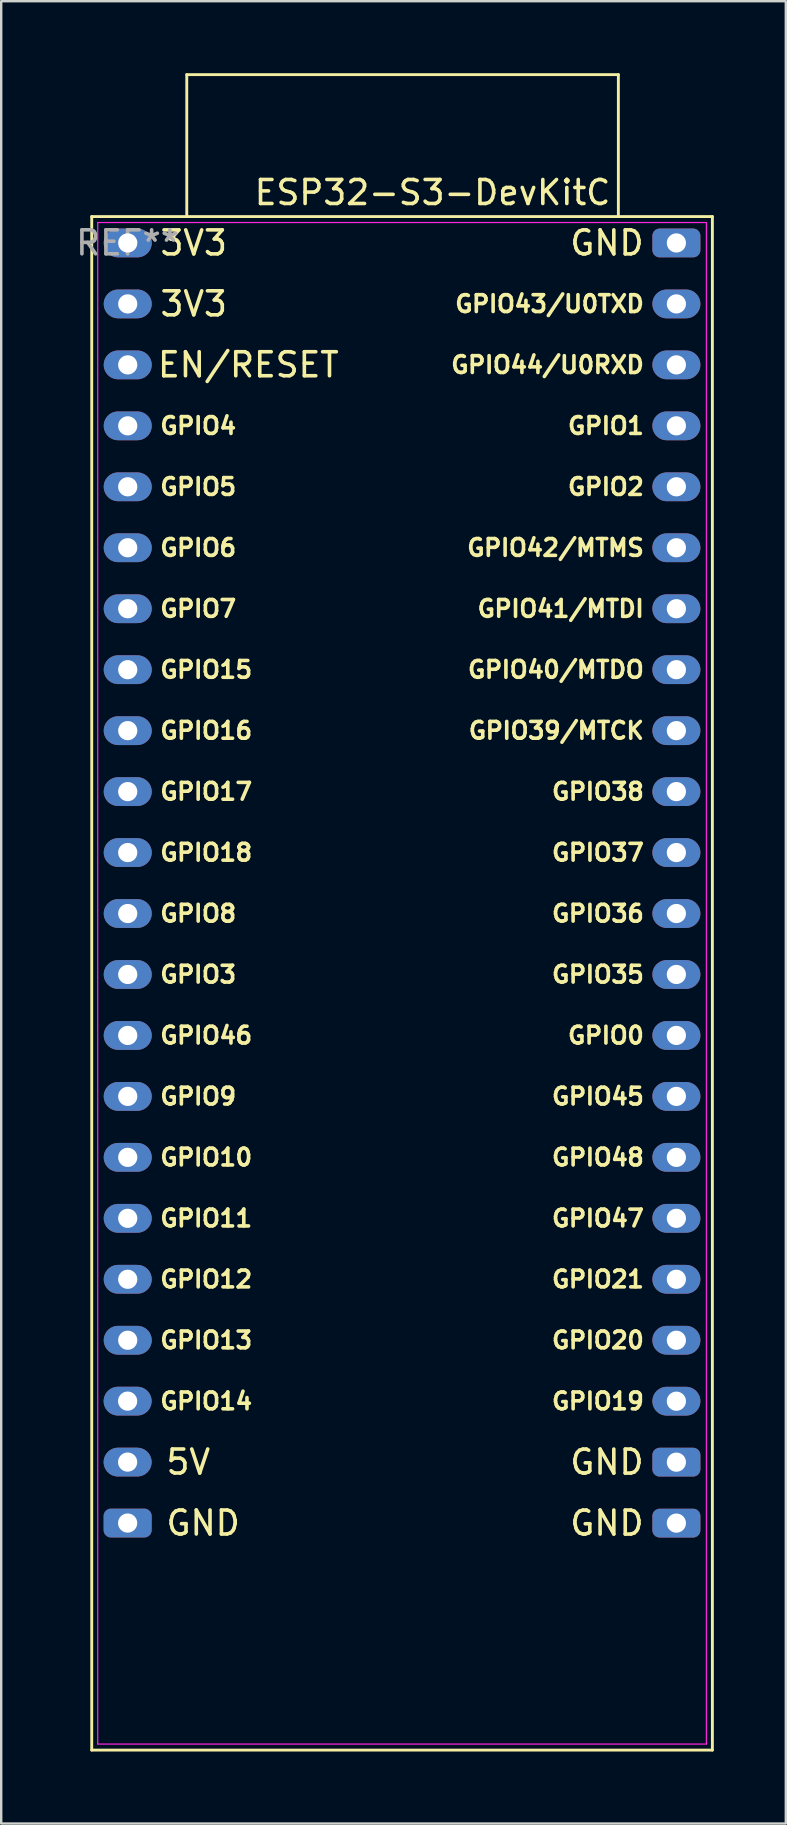
<source format=kicad_pcb>
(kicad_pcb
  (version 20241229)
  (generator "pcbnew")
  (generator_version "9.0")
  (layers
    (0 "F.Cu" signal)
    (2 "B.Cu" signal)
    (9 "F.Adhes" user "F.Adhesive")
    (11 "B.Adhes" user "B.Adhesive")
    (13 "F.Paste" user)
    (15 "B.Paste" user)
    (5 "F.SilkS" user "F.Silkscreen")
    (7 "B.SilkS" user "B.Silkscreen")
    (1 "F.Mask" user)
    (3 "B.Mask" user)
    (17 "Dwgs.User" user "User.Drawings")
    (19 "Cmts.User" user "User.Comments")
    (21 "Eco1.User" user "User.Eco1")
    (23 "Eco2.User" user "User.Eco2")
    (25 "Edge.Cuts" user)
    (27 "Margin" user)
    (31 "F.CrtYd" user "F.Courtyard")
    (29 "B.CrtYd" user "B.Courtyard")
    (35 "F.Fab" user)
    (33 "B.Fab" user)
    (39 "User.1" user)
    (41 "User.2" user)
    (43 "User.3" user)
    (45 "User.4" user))
  (footprint "ESP32-S3-DevKitC"
    (layer "F.Cu")
    (at 2.268 7.07)
    (property "Reference" "ESP32-S3-DevKitC" (at 12.704 -2.097 0) (layer "F.SilkS") (effects (font (size 1 1) (thickness 0.15))))
    (attr through_hole)
    (fp_line (start -1.496 62.8) (end 24.364 62.8) (stroke (width 0.12) (type solid)) (layer "F.SilkS"))
    (fp_line (start -1.496 -1.097) (end -1.496 62.8) (stroke (width 0.12) (type solid)) (layer "F.SilkS"))
    (fp_line (start 2.464 -7.01) (end 20.447 -7.01) (stroke (width 0.12) (type solid)) (layer "F.SilkS"))
    (fp_line (start 2.464 -1.118) (end 2.464 -7.01) (stroke (width 0.12) (type solid)) (layer "F.SilkS"))
    (fp_line (start 20.447 -7.01) (end 20.447 -1.118) (stroke (width 0.12) (type solid)) (layer "F.SilkS"))
    (fp_line (start 24.364 62.8) (end 24.364 -1.097) (stroke (width 0.12) (type solid)) (layer "F.SilkS"))
    (fp_line (start 24.364 -1.097) (end -1.496 -1.097) (stroke (width 0.12) (type solid)) (layer "F.SilkS"))
    (fp_line (start -1.246 -0.847) (end 24.114 -0.847) (stroke (width 0.05) (type solid)) (layer "F.CrtYd"))
    (fp_line (start -1.246 62.55) (end -1.246 -0.847) (stroke (width 0.05) (type solid)) (layer "F.CrtYd"))
    (fp_line (start 24.114 -0.847) (end 24.114 62.55) (stroke (width 0.05) (type solid)) (layer "F.CrtYd"))
    (fp_line (start 24.114 62.55) (end -1.246 62.55) (stroke (width 0.05) (type solid)) (layer "F.CrtYd"))
    (fp_text user "GND" (at 21.594 0.003 0) (unlocked yes) (layer "F.SilkS") (effects (font (size 1 1) (thickness 0.15)) (justify right)))
    (fp_text user "GPIO9" (at 1.274 35.563 0) (unlocked yes) (layer "F.SilkS") (effects (font (size 0.7 0.7) (thickness 0.15)) (justify left)))
    (fp_text user "GPIO41/MTDI" (at 21.594 15.243 0) (unlocked yes) (layer "F.SilkS") (effects (font (size 0.7 0.7) (thickness 0.15)) (justify right)))
    (fp_text user "GPIO11" (at 1.274 40.643 0) (unlocked yes) (layer "F.SilkS") (effects (font (size 0.7 0.7) (thickness 0.15)) (justify left)))
    (fp_text user "GPIO1" (at 21.594 7.623 0) (unlocked yes) (layer "F.SilkS") (effects (font (size 0.7 0.7) (thickness 0.15)) (justify right)))
    (fp_text user "GPIO7" (at 1.274 15.243 0) (unlocked yes) (layer "F.SilkS") (effects (font (size 0.7 0.7) (thickness 0.15)) (justify left)))
    (fp_text user "GPIO21" (at 21.594 43.183 0) (unlocked yes) (layer "F.SilkS") (effects (font (size 0.7 0.7) (thickness 0.15)) (justify right)))
    (fp_text user "GPIO47" (at 21.594 40.643 0) (unlocked yes) (layer "F.SilkS") (effects (font (size 0.7 0.7) (thickness 0.15)) (justify right)))
    (fp_text user "GPIO17" (at 1.274 22.863 0) (unlocked yes) (layer "F.SilkS") (effects (font (size 0.7 0.7) (thickness 0.15)) (justify left)))
    (fp_text user "GPIO8" (at 1.274 27.943 0) (unlocked yes) (layer "F.SilkS") (effects (font (size 0.7 0.7) (thickness 0.15)) (justify left)))
    (fp_text user "GPIO12" (at 1.274 43.183 0) (unlocked yes) (layer "F.SilkS") (effects (font (size 0.7 0.7) (thickness 0.15)) (justify left)))
    (fp_text user "GND" (at 21.594 50.803 0) (unlocked yes) (layer "F.SilkS") (effects (font (size 1 1) (thickness 0.15)) (justify right)))
    (fp_text user "GPIO39/MTCK" (at 21.594 20.323 0) (unlocked yes) (layer "F.SilkS") (effects (font (size 0.7 0.7) (thickness 0.15)) (justify right)))
    (fp_text user "GPIO35" (at 21.594 30.483 0) (unlocked yes) (layer "F.SilkS") (effects (font (size 0.7 0.7) (thickness 0.15)) (justify right)))
    (fp_text user "GPIO15" (at 1.274 17.783 0) (unlocked yes) (layer "F.SilkS") (effects (font (size 0.7 0.7) (thickness 0.15)) (justify left)))
    (fp_text user "GND" (at 21.594 53.343 0) (unlocked yes) (layer "F.SilkS") (effects (font (size 1 1) (thickness 0.15)) (justify right)))
    (fp_text user "GND" (at 1.524 53.34 0) (unlocked yes) (layer "F.SilkS") (effects (font (size 1 1) (thickness 0.15)) (justify left)))
    (fp_text user "GPIO40/MTDO" (at 21.594 17.783 0) (unlocked yes) (layer "F.SilkS") (effects (font (size 0.7 0.7) (thickness 0.15)) (justify right)))
    (fp_text user "GPIO3" (at 1.274 30.483 0) (unlocked yes) (layer "F.SilkS") (effects (font (size 0.7 0.7) (thickness 0.15)) (justify left)))
    (fp_text user "GPIO48" (at 21.594 38.103 0) (unlocked yes) (layer "F.SilkS") (effects (font (size 0.7 0.7) (thickness 0.15)) (justify right)))
    (fp_text user "3V3" (at 1.274 2.543 0) (unlocked yes) (layer "F.SilkS") (effects (font (size 1 1) (thickness 0.15)) (justify left)))
    (fp_text user "5V" (at 1.524 50.8 0) (unlocked yes) (layer "F.SilkS") (effects (font (size 1 1) (thickness 0.15)) (justify left)))
    (fp_text user "GPIO44/U0RXD" (at 21.594 5.083 0) (unlocked yes) (layer "F.SilkS") (effects (font (size 0.7 0.7) (thickness 0.15)) (justify right)))
    (fp_text user "GPIO14" (at 1.274 48.263 0) (unlocked yes) (layer "F.SilkS") (effects (font (size 0.7 0.7) (thickness 0.15)) (justify left)))
    (fp_text user "GPIO19" (at 21.594 48.263 0) (unlocked yes) (layer "F.SilkS") (effects (font (size 0.7 0.7) (thickness 0.15)) (justify right)))
    (fp_text user "3V3" (at 1.274 0.003 0) (unlocked yes) (layer "F.SilkS") (effects (font (size 1 1) (thickness 0.15)) (justify left)))
    (fp_text user "GPIO46" (at 1.274 33.023 0) (unlocked yes) (layer "F.SilkS") (effects (font (size 0.7 0.7) (thickness 0.15)) (justify left)))
    (fp_text user "GPIO10" (at 1.274 38.103 0) (unlocked yes) (layer "F.SilkS") (effects (font (size 0.7 0.7) (thickness 0.15)) (justify left)))
    (fp_text user "EN/RESET" (at 8.89 5.08 0) (unlocked yes) (layer "F.SilkS") (effects (font (size 1 1) (thickness 0.15)) (justify right)))
    (fp_text user "GPIO2" (at 21.594 10.163 0) (unlocked yes) (layer "F.SilkS") (effects (font (size 0.7 0.7) (thickness 0.15)) (justify right)))
    (fp_text user "GPIO0" (at 21.594 33.023 0) (unlocked yes) (layer "F.SilkS") (effects (font (size 0.7 0.7) (thickness 0.15)) (justify right)))
    (fp_text user "GPIO16" (at 1.274 20.323 0) (unlocked yes) (layer "F.SilkS") (effects (font (size 0.7 0.7) (thickness 0.15)) (justify left)))
    (fp_text user "GPIO5" (at 1.274 10.163 0) (unlocked yes) (layer "F.SilkS") (effects (font (size 0.7 0.7) (thickness 0.15)) (justify left)))
    (fp_text user "GPIO18" (at 1.274 25.403 0) (unlocked yes) (layer "F.SilkS") (effects (font (size 0.7 0.7) (thickness 0.15)) (justify left)))
    (fp_text user "GPIO42/MTMS" (at 21.594 12.703 0) (unlocked yes) (layer "F.SilkS") (effects (font (size 0.7 0.7) (thickness 0.15)) (justify right)))
    (fp_text user "GPIO13" (at 1.274 45.723 0) (unlocked yes) (layer "F.SilkS") (effects (font (size 0.7 0.7) (thickness 0.15)) (justify left)))
    (fp_text user "GPIO37" (at 21.594 25.403 0) (unlocked yes) (layer "F.SilkS") (effects (font (size 0.7 0.7) (thickness 0.15)) (justify right)))
    (fp_text user "GPIO38" (at 21.594 22.863 0) (unlocked yes) (layer "F.SilkS") (effects (font (size 0.7 0.7) (thickness 0.15)) (justify right)))
    (fp_text user "GPIO43/U0TXD" (at 21.594 2.543 0) (unlocked yes) (layer "F.SilkS") (effects (font (size 0.7 0.7) (thickness 0.15)) (justify right)))
    (fp_text user "GPIO6" (at 1.274 12.703 0) (unlocked yes) (layer "F.SilkS") (effects (font (size 0.7 0.7) (thickness 0.15)) (justify left)))
    (fp_text user "GPIO20" (at 21.594 45.723 0) (unlocked yes) (layer "F.SilkS") (effects (font (size 0.7 0.7) (thickness 0.15)) (justify right)))
    (fp_text user "GPIO36" (at 21.594 27.943 0) (unlocked yes) (layer "F.SilkS") (effects (font (size 0.7 0.7) (thickness 0.15)) (justify right)))
    (fp_text user "GPIO45" (at 21.594 35.563 0) (unlocked yes) (layer "F.SilkS") (effects (font (size 0.7 0.7) (thickness 0.15)) (justify right)))
    (fp_text user "GPIO4" (at 1.274 7.623 0) (unlocked yes) (layer "F.SilkS") (effects (font (size 0.7 0.7) (thickness 0.15)) (justify left)))
    (fp_text user "REF**" (at 0 0 0) (layer "F.Fab") (effects (font (size 1 1) (thickness 0.15))))
    (pad "1" thru_hole oval (at 0.004 0.003 270) (size 1.2 2) (drill 0.8) (layers "*.Cu" "*.Mask"))
    (pad "2" thru_hole oval (at 0.004 2.543 270) (size 1.2 2) (drill 0.8) (layers "*.Cu" "*.Mask"))
    (pad "3" thru_hole oval (at 0.004 5.083 270) (size 1.2 2) (drill 0.8) (layers "*.Cu" "*.Mask"))
    (pad "4" thru_hole oval (at 0.004 7.623 270) (size 1.2 2) (drill 0.8) (layers "*.Cu" "*.Mask"))
    (pad "5" thru_hole oval (at 0.004 10.163 270) (size 1.2 2) (drill 0.8) (layers "*.Cu" "*.Mask"))
    (pad "6" thru_hole oval (at 0.004 12.703 270) (size 1.2 2) (drill 0.8) (layers "*.Cu" "*.Mask"))
    (pad "7" thru_hole oval (at 0.004 15.243 270) (size 1.2 2) (drill 0.8) (layers "*.Cu" "*.Mask"))
    (pad "8" thru_hole oval (at 0.004 17.783 270) (size 1.2 2) (drill 0.8) (layers "*.Cu" "*.Mask"))
    (pad "9" thru_hole oval (at 0.004 20.323 270) (size 1.2 2) (drill 0.8) (layers "*.Cu" "*.Mask"))
    (pad "10" thru_hole oval (at 0.004 22.863 270) (size 1.2 2) (drill 0.8) (layers "*.Cu" "*.Mask"))
    (pad "11" thru_hole oval (at 0.004 25.403 270) (size 1.2 2) (drill 0.8) (layers "*.Cu" "*.Mask"))
    (pad "12" thru_hole oval (at 0.004 27.943 270) (size 1.2 2) (drill 0.8) (layers "*.Cu" "*.Mask"))
    (pad "13" thru_hole oval (at 0.004 30.483 270) (size 1.2 2) (drill 0.8) (layers "*.Cu" "*.Mask"))
    (pad "14" thru_hole oval (at 0.004 33.023 270) (size 1.2 2) (drill 0.8) (layers "*.Cu" "*.Mask"))
    (pad "15" thru_hole oval (at 0.004 35.563 270) (size 1.2 2) (drill 0.8) (layers "*.Cu" "*.Mask"))
    (pad "16" thru_hole oval (at 0.004 38.103 270) (size 1.2 2) (drill 0.8) (layers "*.Cu" "*.Mask"))
    (pad "17" thru_hole oval (at 0.004 40.643 270) (size 1.2 2) (drill 0.8) (layers "*.Cu" "*.Mask"))
    (pad "18" thru_hole oval (at 0.004 43.183 270) (size 1.2 2) (drill 0.8) (layers "*.Cu" "*.Mask"))
    (pad "19" thru_hole oval (at 0.004 45.723 270) (size 1.2 2) (drill 0.8) (layers "*.Cu" "*.Mask"))
    (pad "20" thru_hole oval (at 0 48.26 270) (size 1.2 2) (drill 0.8) (layers "*.Cu" "*.Mask"))
    (pad "21" thru_hole oval (at 0 50.8 270) (size 1.2 2) (drill 0.8) (layers "*.Cu" "*.Mask"))
    (pad "22" thru_hole roundrect (at 0 53.34 270) (size 1.2 2) (drill 0.8) (layers "*.Cu" "*.Mask") (roundrect_rratio 0.25))
    (pad "23" thru_hole roundrect (at 22.864 53.343 270) (size 1.2 2) (drill 0.8) (layers "*.Cu" "*.Mask") (roundrect_rratio 0.25))
    (pad "24" thru_hole roundrect (at 22.864 50.803 270) (size 1.2 2) (drill 0.8) (layers "*.Cu" "*.Mask") (roundrect_rratio 0.25))
    (pad "25" thru_hole oval (at 22.864 48.263 270) (size 1.2 2) (drill 0.8) (layers "*.Cu" "*.Mask"))
    (pad "26" thru_hole oval (at 22.864 45.723 270) (size 1.2 2) (drill 0.8) (layers "*.Cu" "*.Mask"))
    (pad "27" thru_hole oval (at 22.864 43.183 270) (size 1.2 2) (drill 0.8) (layers "*.Cu" "*.Mask"))
    (pad "28" thru_hole oval (at 22.864 40.643 270) (size 1.2 2) (drill 0.8) (layers "*.Cu" "*.Mask"))
    (pad "29" thru_hole oval (at 22.864 38.103 270) (size 1.2 2) (drill 0.8) (layers "*.Cu" "*.Mask"))
    (pad "30" thru_hole oval (at 22.864 35.563 270) (size 1.2 2) (drill 0.8) (layers "*.Cu" "*.Mask"))
    (pad "31" thru_hole oval (at 22.864 33.023 270) (size 1.2 2) (drill 0.8) (layers "*.Cu" "*.Mask"))
    (pad "32" thru_hole oval (at 22.864 30.483 270) (size 1.2 2) (drill 0.8) (layers "*.Cu" "*.Mask"))
    (pad "33" thru_hole oval (at 22.864 27.943 270) (size 1.2 2) (drill 0.8) (layers "*.Cu" "*.Mask"))
    (pad "34" thru_hole oval (at 22.864 25.403 270) (size 1.2 2) (drill 0.8) (layers "*.Cu" "*.Mask"))
    (pad "35" thru_hole oval (at 22.864 22.863 270) (size 1.2 2) (drill 0.8) (layers "*.Cu" "*.Mask"))
    (pad "36" thru_hole oval (at 22.864 20.323 270) (size 1.2 2) (drill 0.8) (layers "*.Cu" "*.Mask"))
    (pad "37" thru_hole oval (at 22.864 17.783 270) (size 1.2 2) (drill 0.8) (layers "*.Cu" "*.Mask"))
    (pad "38" thru_hole oval (at 22.864 15.243 270) (size 1.2 2) (drill 0.8) (layers "*.Cu" "*.Mask"))
    (pad "39" thru_hole oval (at 22.864 12.703 270) (size 1.2 2) (drill 0.8) (layers "*.Cu" "*.Mask"))
    (pad "40" thru_hole oval (at 22.864 10.163 270) (size 1.2 2) (drill 0.8) (layers "*.Cu" "*.Mask"))
    (pad "41" thru_hole oval (at 22.864 7.623 270) (size 1.2 2) (drill 0.8) (layers "*.Cu" "*.Mask"))
    (pad "42" thru_hole oval (at 22.864 5.083 270) (size 1.2 2) (drill 0.8) (layers "*.Cu" "*.Mask"))
    (pad "43" thru_hole oval (at 22.864 2.543 270) (size 1.2 2) (drill 0.8) (layers "*.Cu" "*.Mask"))
    (pad "44" thru_hole roundrect (at 22.864 0.003 270) (size 1.2 2) (drill 0.8) (layers "*.Cu" "*.Mask") (roundrect_rratio 0.25)))
  (gr_rect
    (start -3 -3)
    (end 29.692 72.93)
    (stroke (width 0.1) (type default))
    (fill no)
    (layer "Edge.Cuts")))
</source>
